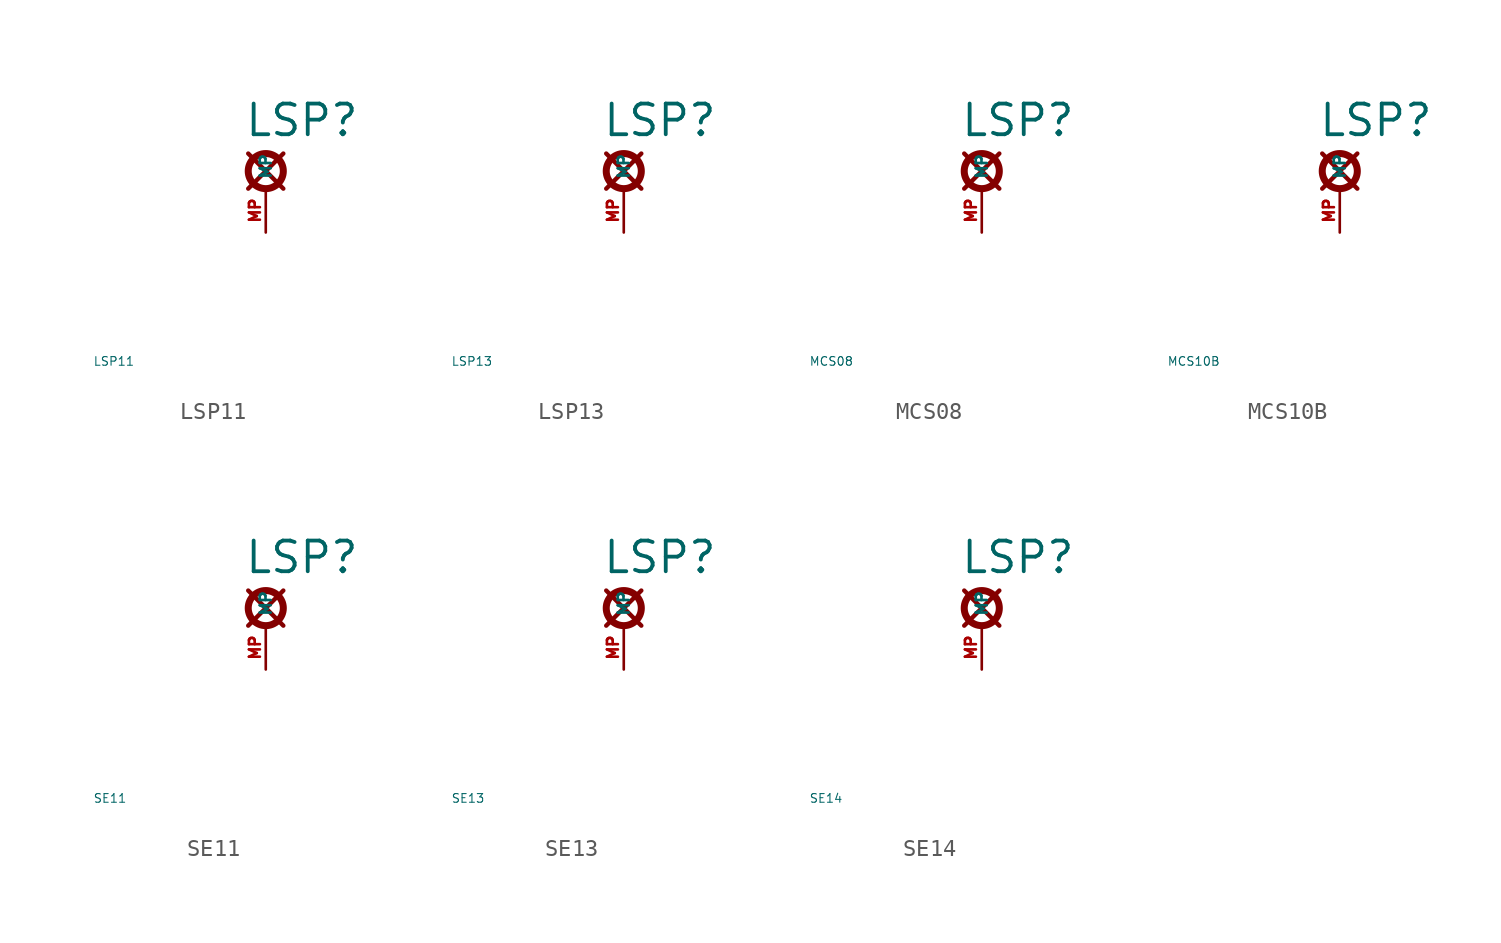
<source format=kicad_sym>
(kicad_symbol_lib
  (version 20220914)
  (generator Eagle2Kicad)
  (symbol "LSP11"
    (property "Reference" "LSP"
      (at -1.27 2.921 0)
      (effects (font (size 1.778 1.778) (thickness 0.22)) (justify left bottom)))
    (property "Value" "LSP11"
      (at -10 -10 0)
      (effects (font (size 0.5 0.5) (thickness 0.06)) (justify left)))
    (polyline
      (pts (xy -1.016 2.032) (xy 1.016 0))
      (stroke (width 0.254) (type default))
      (fill (type none)))
    (polyline
      (pts (xy -1.016 0) (xy 1.016 2.032))
      (stroke (width 0.254) (type default))
      (fill (type none)))
    (circle
      (center 0 1.016)
      (radius 1.016)
      (stroke (width 0.406) (type default))
      (fill (type none)))
    (pin passive line
      (at 0 -2.54 90)
      (length 2.54)
      (name "MP" (effects (font (size 0.635 0.635) (thickness 0.08)) (justify left bottom)))
      (number "MP" (effects (font (size 0.635 0.635) (thickness 0.08)) (justify left bottom)))))
  (symbol "LSP13"
    (property "Reference" "LSP"
      (at -1.27 2.921 0)
      (effects (font (size 1.778 1.778) (thickness 0.22)) (justify left bottom)))
    (property "Value" "LSP13"
      (at -10 -10 0)
      (effects (font (size 0.5 0.5) (thickness 0.06)) (justify left)))
    (polyline
      (pts (xy -1.016 2.032) (xy 1.016 0))
      (stroke (width 0.254) (type default))
      (fill (type none)))
    (polyline
      (pts (xy -1.016 0) (xy 1.016 2.032))
      (stroke (width 0.254) (type default))
      (fill (type none)))
    (circle
      (center 0 1.016)
      (radius 1.016)
      (stroke (width 0.406) (type default))
      (fill (type none)))
    (pin passive line
      (at 0 -2.54 90)
      (length 2.54)
      (name "MP" (effects (font (size 0.635 0.635) (thickness 0.08)) (justify left bottom)))
      (number "MP" (effects (font (size 0.635 0.635) (thickness 0.08)) (justify left bottom)))))
  (symbol "MCS08"
    (property "Reference" "LSP"
      (at -1.27 2.921 0)
      (effects (font (size 1.778 1.778) (thickness 0.22)) (justify left bottom)))
    (property "Value" "MCS08"
      (at -10 -10 0)
      (effects (font (size 0.5 0.5) (thickness 0.06)) (justify left)))
    (polyline
      (pts (xy -1.016 2.032) (xy 1.016 0))
      (stroke (width 0.254) (type default))
      (fill (type none)))
    (polyline
      (pts (xy -1.016 0) (xy 1.016 2.032))
      (stroke (width 0.254) (type default))
      (fill (type none)))
    (circle
      (center 0 1.016)
      (radius 1.016)
      (stroke (width 0.406) (type default))
      (fill (type none)))
    (pin passive line
      (at 0 -2.54 90)
      (length 2.54)
      (name "MP" (effects (font (size 0.635 0.635) (thickness 0.08)) (justify left bottom)))
      (number "MP" (effects (font (size 0.635 0.635) (thickness 0.08)) (justify left bottom)))))
  (symbol "MCS10B"
    (property "Reference" "LSP"
      (at -1.27 2.921 0)
      (effects (font (size 1.778 1.778) (thickness 0.22)) (justify left bottom)))
    (property "Value" "MCS10B"
      (at -10 -10 0)
      (effects (font (size 0.5 0.5) (thickness 0.06)) (justify left)))
    (polyline
      (pts (xy -1.016 2.032) (xy 1.016 0))
      (stroke (width 0.254) (type default))
      (fill (type none)))
    (polyline
      (pts (xy -1.016 0) (xy 1.016 2.032))
      (stroke (width 0.254) (type default))
      (fill (type none)))
    (circle
      (center 0 1.016)
      (radius 1.016)
      (stroke (width 0.406) (type default))
      (fill (type none)))
    (pin passive line
      (at 0 -2.54 90)
      (length 2.54)
      (name "MP" (effects (font (size 0.635 0.635) (thickness 0.08)) (justify left bottom)))
      (number "MP" (effects (font (size 0.635 0.635) (thickness 0.08)) (justify left bottom)))))
  (symbol "SE11"
    (property "Reference" "LSP"
      (at -1.27 2.921 0)
      (effects (font (size 1.778 1.778) (thickness 0.22)) (justify left bottom)))
    (property "Value" "SE11"
      (at -10 -10 0)
      (effects (font (size 0.5 0.5) (thickness 0.06)) (justify left)))
    (polyline
      (pts (xy -1.016 2.032) (xy 1.016 0))
      (stroke (width 0.254) (type default))
      (fill (type none)))
    (polyline
      (pts (xy -1.016 0) (xy 1.016 2.032))
      (stroke (width 0.254) (type default))
      (fill (type none)))
    (circle
      (center 0 1.016)
      (radius 1.016)
      (stroke (width 0.406) (type default))
      (fill (type none)))
    (pin passive line
      (at 0 -2.54 90)
      (length 2.54)
      (name "MP" (effects (font (size 0.635 0.635) (thickness 0.08)) (justify left bottom)))
      (number "MP" (effects (font (size 0.635 0.635) (thickness 0.08)) (justify left bottom)))))
  (symbol "SE13"
    (property "Reference" "LSP"
      (at -1.27 2.921 0)
      (effects (font (size 1.778 1.778) (thickness 0.22)) (justify left bottom)))
    (property "Value" "SE13"
      (at -10 -10 0)
      (effects (font (size 0.5 0.5) (thickness 0.06)) (justify left)))
    (polyline
      (pts (xy -1.016 2.032) (xy 1.016 0))
      (stroke (width 0.254) (type default))
      (fill (type none)))
    (polyline
      (pts (xy -1.016 0) (xy 1.016 2.032))
      (stroke (width 0.254) (type default))
      (fill (type none)))
    (circle
      (center 0 1.016)
      (radius 1.016)
      (stroke (width 0.406) (type default))
      (fill (type none)))
    (pin passive line
      (at 0 -2.54 90)
      (length 2.54)
      (name "MP" (effects (font (size 0.635 0.635) (thickness 0.08)) (justify left bottom)))
      (number "MP" (effects (font (size 0.635 0.635) (thickness 0.08)) (justify left bottom)))))
  (symbol "SE14"
    (property "Reference" "LSP"
      (at -1.27 2.921 0)
      (effects (font (size 1.778 1.778) (thickness 0.22)) (justify left bottom)))
    (property "Value" "SE14"
      (at -10 -10 0)
      (effects (font (size 0.5 0.5) (thickness 0.06)) (justify left)))
    (polyline
      (pts (xy -1.016 2.032) (xy 1.016 0))
      (stroke (width 0.254) (type default))
      (fill (type none)))
    (polyline
      (pts (xy -1.016 0) (xy 1.016 2.032))
      (stroke (width 0.254) (type default))
      (fill (type none)))
    (circle
      (center 0 1.016)
      (radius 1.016)
      (stroke (width 0.406) (type default))
      (fill (type none)))
    (pin passive line
      (at 0 -2.54 90)
      (length 2.54)
      (name "MP" (effects (font (size 0.635 0.635) (thickness 0.08)) (justify left bottom)))
      (number "MP" (effects (font (size 0.635 0.635) (thickness 0.08)) (justify left bottom))))))
</source>
